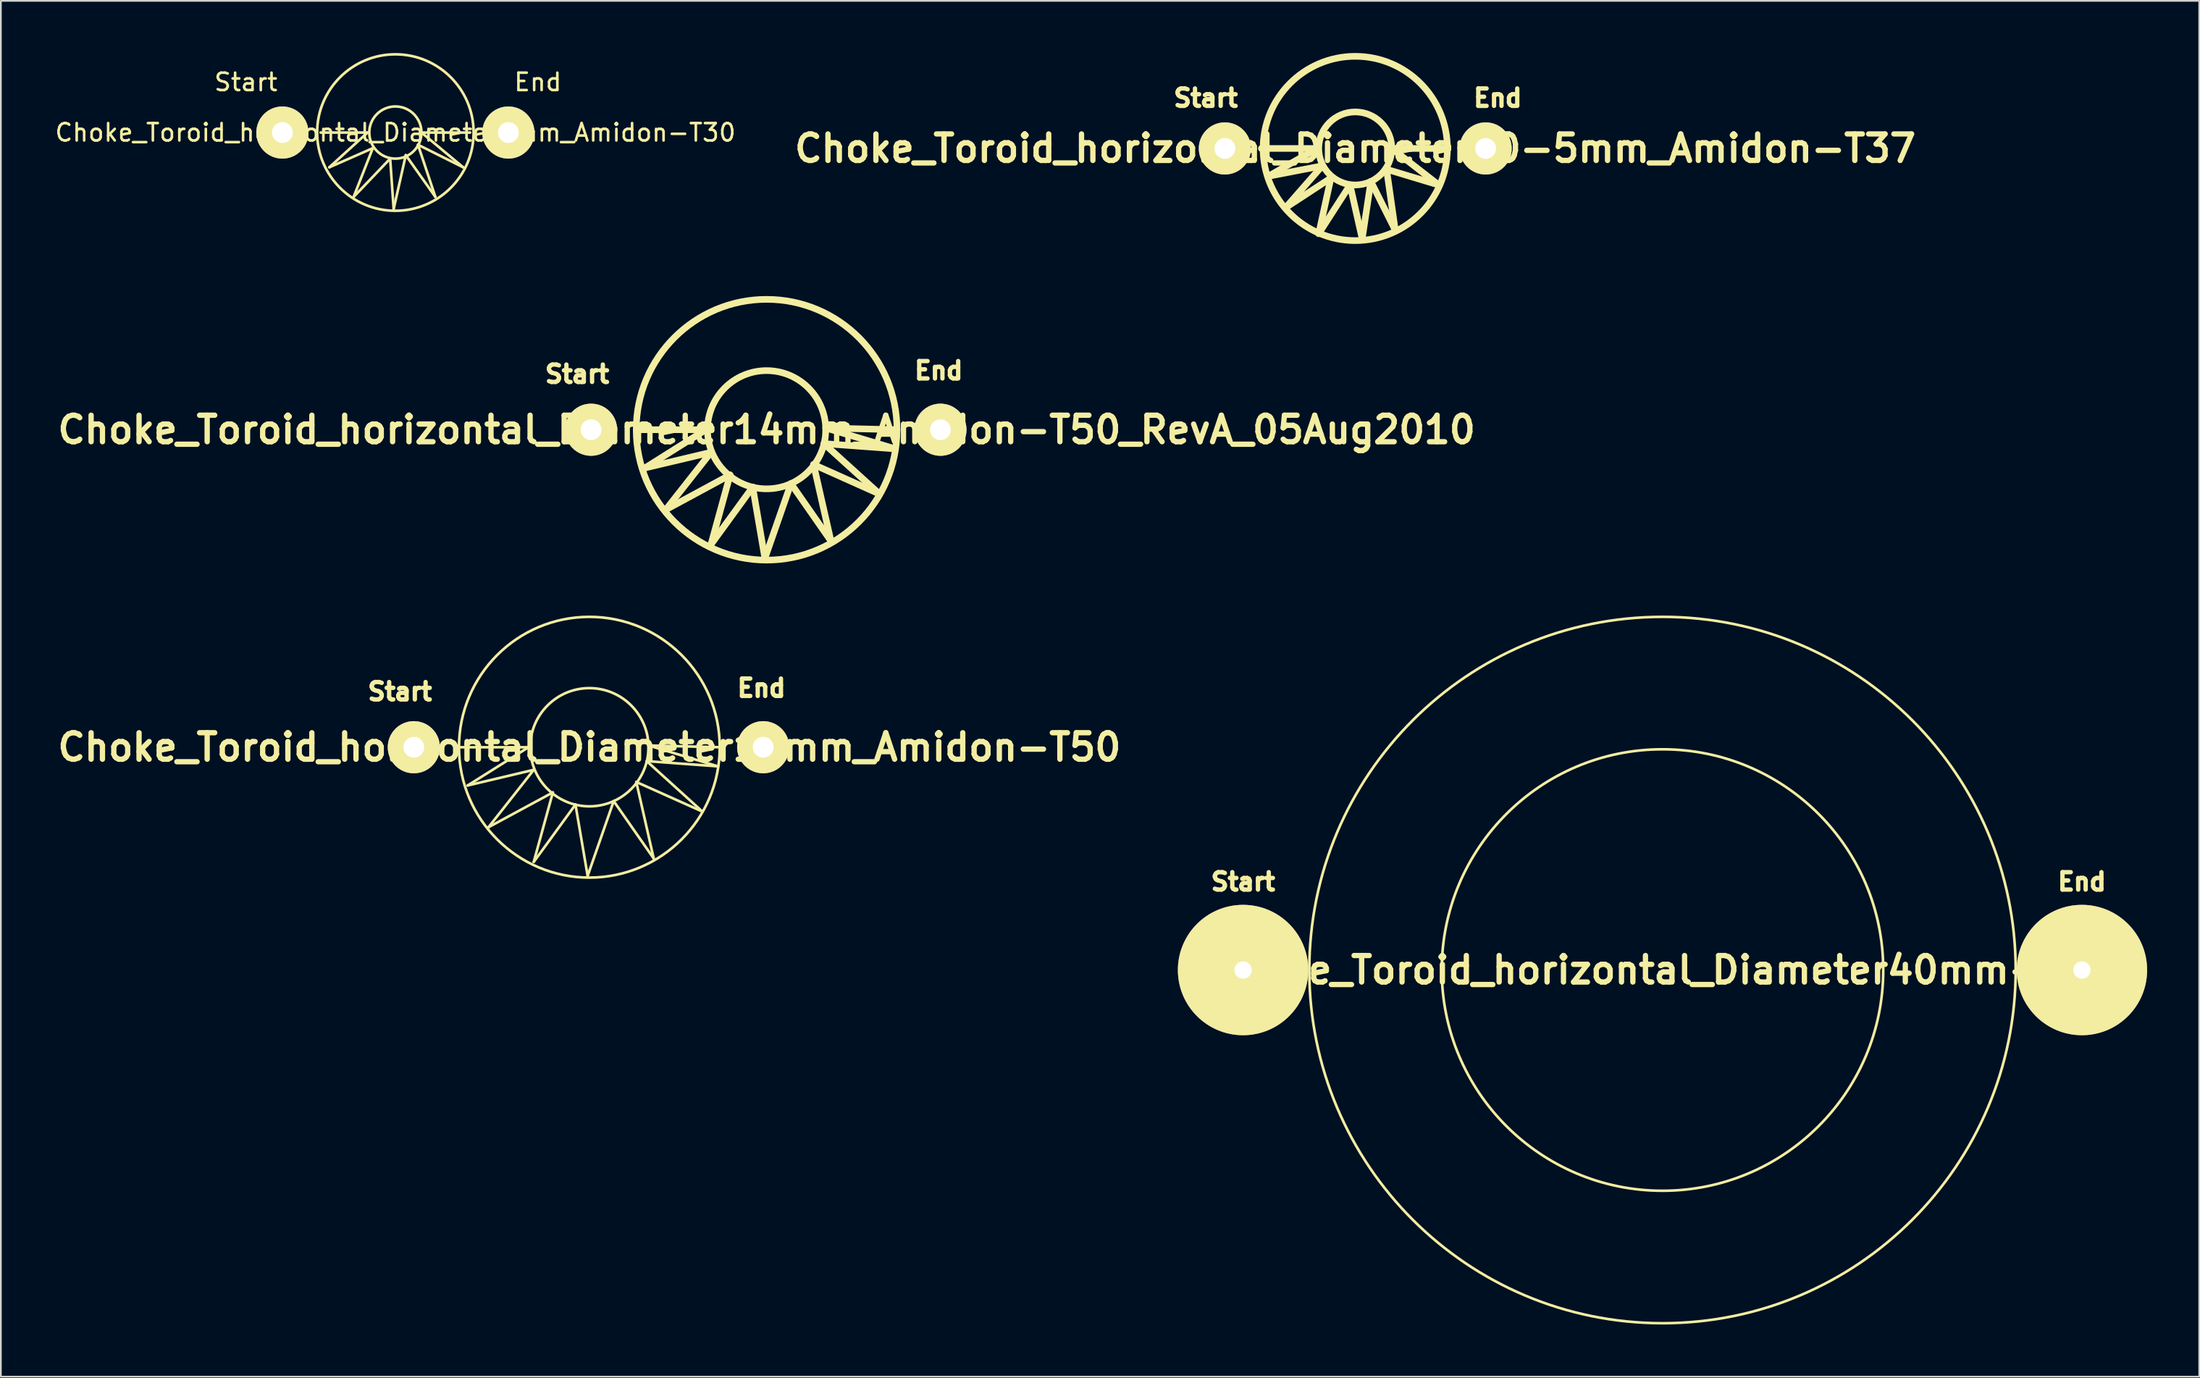
<source format=kicad_pcb>
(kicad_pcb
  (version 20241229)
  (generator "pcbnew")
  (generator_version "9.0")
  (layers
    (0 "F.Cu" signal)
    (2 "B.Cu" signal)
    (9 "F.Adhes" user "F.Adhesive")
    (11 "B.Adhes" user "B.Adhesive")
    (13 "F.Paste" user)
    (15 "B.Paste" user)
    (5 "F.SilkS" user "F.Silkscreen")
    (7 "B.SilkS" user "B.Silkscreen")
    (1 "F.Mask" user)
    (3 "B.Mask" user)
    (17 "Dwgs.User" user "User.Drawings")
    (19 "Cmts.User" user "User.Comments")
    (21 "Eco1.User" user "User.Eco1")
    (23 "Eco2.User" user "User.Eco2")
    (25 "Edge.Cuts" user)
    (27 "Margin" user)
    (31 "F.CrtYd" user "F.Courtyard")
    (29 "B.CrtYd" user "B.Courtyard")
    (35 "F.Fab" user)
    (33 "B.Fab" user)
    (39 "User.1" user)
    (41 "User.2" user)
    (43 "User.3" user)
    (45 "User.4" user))
  (footprint "Choke_Toroid_horizontal_Diameter10-5mm_Amidon-T37"
    (layer "F.Cu")
    (at 74.919 5.491)
    (property "Reference" "Choke_Toroid_horizontal_Diameter10-5mm_Amidon-T37" (at 0 0 0) (layer "F.SilkS") (effects (font (size 1.524 1.524) (thickness 0.305))))
    (attr through_hole)
    (fp_line (start -5.4 0) (end -2.2 0) (stroke (width 0.381) (type solid)) (layer "F.SilkS"))
    (fp_line (start -5.001 1.6) (end -1.9 1.001) (stroke (width 0.381) (type solid)) (layer "F.SilkS"))
    (fp_line (start -4 3.401) (end -1.4 1.699) (stroke (width 0.381) (type solid)) (layer "F.SilkS"))
    (fp_line (start -2.2 0) (end -5.001 1.6) (stroke (width 0.381) (type solid)) (layer "F.SilkS"))
    (fp_line (start -2.101 4.9) (end -0.3 2.101) (stroke (width 0.381) (type solid)) (layer "F.SilkS"))
    (fp_line (start -1.9 1.001) (end -4 3.401) (stroke (width 0.381) (type solid)) (layer "F.SilkS"))
    (fp_line (start -1.4 1.699) (end -2.101 4.9) (stroke (width 0.381) (type solid)) (layer "F.SilkS"))
    (fp_line (start -0.3 2.101) (end 0.399 5.199) (stroke (width 0.381) (type solid)) (layer "F.SilkS"))
    (fp_line (start 0.399 5.199) (end 0.899 1.9) (stroke (width 0.381) (type solid)) (layer "F.SilkS"))
    (fp_line (start 0.899 1.9) (end 2.301 4.699) (stroke (width 0.381) (type solid)) (layer "F.SilkS"))
    (fp_line (start 1.801 1.199) (end 4.801 2.101) (stroke (width 0.381) (type solid)) (layer "F.SilkS"))
    (fp_line (start 2.101 0) (end 5.301 0) (stroke (width 0.381) (type solid)) (layer "F.SilkS"))
    (fp_line (start 2.301 4.699) (end 1.801 1.199) (stroke (width 0.381) (type solid)) (layer "F.SilkS"))
    (fp_line (start 4.801 2.101) (end 2.101 0) (stroke (width 0.381) (type solid)) (layer "F.SilkS"))
    (fp_circle (center 0 0) (end 2.101 0) (stroke (width 0.381) (type solid)) (fill no) (layer "F.SilkS"))
    (fp_circle (center 0 0) (end 5.301 0) (stroke (width 0.381) (type solid)) (fill no) (layer "F.SilkS"))
    (fp_text user "Start" (at -8.6 -2.901 0) (layer "F.SilkS") (effects (font (size 1.001 1.001) (thickness 0.251))))
    (fp_text user "End" (at 8.199 -2.901 0) (layer "F.SilkS") (effects (font (size 1.001 1.001) (thickness 0.251))))
    (pad "1" thru_hole circle (at -7.501 0) (size 3 3) (drill 1.199) (layers "*.Cu" "*.Mask" "F.SilkS"))
    (pad "2" thru_hole circle (at 7.501 0) (size 3 3) (drill 1.199) (layers "*.Cu" "*.Mask" "F.SilkS")))
  (footprint "Choke_Toroid_horizontal_Diameter14mm_Amidon-T50_RevA_05Aug2010"
    (layer "F.Cu")
    (at 41.054 21.674)
    (property "Reference" "Choke_Toroid_horizontal_Diameter14mm_Amidon-T50_RevA_05Aug2010" (at 0 0 0) (layer "F.SilkS") (effects (font (size 1.524 1.524) (thickness 0.305))))
    (attr through_hole)
    (fp_line (start -7.501 0) (end -3.5 0) (stroke (width 0.381) (type solid)) (layer "F.SilkS"))
    (fp_line (start -7 2.2) (end -3.2 1.3) (stroke (width 0.381) (type solid)) (layer "F.SilkS"))
    (fp_line (start -5.799 4.6) (end -2.101 2.601) (stroke (width 0.381) (type solid)) (layer "F.SilkS"))
    (fp_line (start -3.5 0) (end -7 2.2) (stroke (width 0.381) (type solid)) (layer "F.SilkS"))
    (fp_line (start -3.2 1.3) (end -5.799 4.6) (stroke (width 0.381) (type solid)) (layer "F.SilkS"))
    (fp_line (start -3.2 6.599) (end -0.8 3.299) (stroke (width 0.381) (type solid)) (layer "F.SilkS"))
    (fp_line (start -2.101 2.601) (end -3.2 6.599) (stroke (width 0.381) (type solid)) (layer "F.SilkS"))
    (fp_line (start -0.8 3.299) (end -0.099 7.399) (stroke (width 0.381) (type solid)) (layer "F.SilkS"))
    (fp_line (start -0.099 7.399) (end 1.4 3.099) (stroke (width 0.381) (type solid)) (layer "F.SilkS"))
    (fp_line (start 1.4 3.099) (end 3.701 6.401) (stroke (width 0.381) (type solid)) (layer "F.SilkS"))
    (fp_line (start 2.7 1.999) (end 6.5 3.701) (stroke (width 0.381) (type solid)) (layer "F.SilkS"))
    (fp_line (start 3.299 0.8) (end 7.399 1.1) (stroke (width 0.381) (type solid)) (layer "F.SilkS"))
    (fp_line (start 3.401 -0.099) (end 7.501 0) (stroke (width 0.381) (type solid)) (layer "F.SilkS"))
    (fp_line (start 3.701 6.401) (end 2.7 1.999) (stroke (width 0.381) (type solid)) (layer "F.SilkS"))
    (fp_line (start 6.5 3.701) (end 3.299 0.8) (stroke (width 0.381) (type solid)) (layer "F.SilkS"))
    (fp_line (start 7.399 1.1) (end 3.401 -0.099) (stroke (width 0.381) (type solid)) (layer "F.SilkS"))
    (fp_circle (center 0 0) (end 3.401 0) (stroke (width 0.381) (type solid)) (fill no) (layer "F.SilkS"))
    (fp_circle (center 0 0) (end 7.501 0) (stroke (width 0.381) (type solid)) (fill no) (layer "F.SilkS"))
    (fp_text user "End" (at 9.901 -3.401 0) (layer "F.SilkS") (effects (font (size 1.001 1.001) (thickness 0.251))))
    (fp_text user "Start" (at -10.899 -3.2 0) (layer "F.SilkS") (effects (font (size 1.001 1.001) (thickness 0.251))))
    (pad "1" thru_hole circle (at -10.099 0) (size 3 3) (drill 1.199) (layers "*.Cu" "*.Mask" "F.SilkS"))
    (pad "2" thru_hole circle (at 10 0) (size 3 3) (drill 1.199) (layers "*.Cu" "*.Mask" "F.SilkS")))
  (footprint "Choke_Toroid_horizontal_Diameter40mm-T15"
    (layer "F.Cu")
    (at 92.595 52.76)
    (property "Reference" "Choke_Toroid_horizontal_Diameter40mm-T15" (at 0 0 0) (layer "F.SilkS") (effects (font (size 1.524 1.524) (thickness 0.305))))
    (attr through_hole)
    (fp_circle (center 0 0) (end -20.32 0) (stroke (width 0.15) (type solid)) (fill no) (layer "F.SilkS"))
    (fp_circle (center 0 0) (end -12.7 0) (stroke (width 0.15) (type solid)) (fill no) (layer "F.SilkS"))
    (fp_text user "Start" (at -24.13 -5.08 0) (layer "F.SilkS") (effects (font (size 1.001 1.001) (thickness 0.251))))
    (fp_text user "End" (at 24.13 -5.08 0) (layer "F.SilkS") (effects (font (size 1.001 1.001) (thickness 0.251))))
    (pad "1" thru_hole circle (at -24.13 0) (size 7.5 7.5) (drill 1) (layers "*.Cu" "*.Mask" "F.SilkS"))
    (pad "2" thru_hole circle (at 24.13 0) (size 7.5 7.5) (drill 1) (layers "*.Cu" "*.Mask" "F.SilkS")))
  (footprint "Choke_Toroid_horizontal_Diameter14mm_Amidon-T50"
    (layer "F.Cu")
    (at 30.857 39.941)
    (property "Reference" "Choke_Toroid_horizontal_Diameter14mm_Amidon-T50" (at 0 0 0) (layer "F.SilkS") (effects (font (size 1.524 1.524) (thickness 0.305))))
    (attr through_hole)
    (fp_line (start -7.501 0) (end -3.5 0) (stroke (width 0.15) (type solid)) (layer "F.SilkS"))
    (fp_line (start -7 2.2) (end -3.2 1.3) (stroke (width 0.15) (type solid)) (layer "F.SilkS"))
    (fp_line (start -5.799 4.6) (end -2.101 2.601) (stroke (width 0.15) (type solid)) (layer "F.SilkS"))
    (fp_line (start -3.5 0) (end -7 2.2) (stroke (width 0.15) (type solid)) (layer "F.SilkS"))
    (fp_line (start -3.2 1.3) (end -5.799 4.6) (stroke (width 0.15) (type solid)) (layer "F.SilkS"))
    (fp_line (start -3.2 6.599) (end -0.8 3.299) (stroke (width 0.15) (type solid)) (layer "F.SilkS"))
    (fp_line (start -2.101 2.601) (end -3.2 6.599) (stroke (width 0.15) (type solid)) (layer "F.SilkS"))
    (fp_line (start -0.8 3.299) (end -0.099 7.399) (stroke (width 0.15) (type solid)) (layer "F.SilkS"))
    (fp_line (start -0.099 7.399) (end 1.4 3.099) (stroke (width 0.15) (type solid)) (layer "F.SilkS"))
    (fp_line (start 1.4 3.099) (end 3.701 6.401) (stroke (width 0.15) (type solid)) (layer "F.SilkS"))
    (fp_line (start 2.7 1.999) (end 6.5 3.701) (stroke (width 0.15) (type solid)) (layer "F.SilkS"))
    (fp_line (start 3.299 0.8) (end 7.399 1.1) (stroke (width 0.15) (type solid)) (layer "F.SilkS"))
    (fp_line (start 3.401 -0.099) (end 7.501 0) (stroke (width 0.15) (type solid)) (layer "F.SilkS"))
    (fp_line (start 3.701 6.401) (end 2.7 1.999) (stroke (width 0.15) (type solid)) (layer "F.SilkS"))
    (fp_line (start 6.5 3.701) (end 3.299 0.8) (stroke (width 0.15) (type solid)) (layer "F.SilkS"))
    (fp_line (start 7.399 1.1) (end 3.401 -0.099) (stroke (width 0.15) (type solid)) (layer "F.SilkS"))
    (fp_circle (center 0 0) (end 3.401 0) (stroke (width 0.15) (type solid)) (fill no) (layer "F.SilkS"))
    (fp_circle (center 0 0) (end 7.501 0) (stroke (width 0.15) (type solid)) (fill no) (layer "F.SilkS"))
    (fp_text user "End" (at 9.901 -3.401 0) (layer "F.SilkS") (effects (font (size 1.001 1.001) (thickness 0.251))))
    (fp_text user "Start" (at -10.899 -3.2 0) (layer "F.SilkS") (effects (font (size 1.001 1.001) (thickness 0.251))))
    (pad "1" thru_hole circle (at -10.099 0) (size 3 3) (drill 1.199) (layers "*.Cu" "*.Mask" "F.SilkS"))
    (pad "2" thru_hole circle (at 10 0) (size 3 3) (drill 1.199) (layers "*.Cu" "*.Mask" "F.SilkS")))
  (footprint "Choke_Toroid_horizontal_Diameter9mm_Amidon-T30"
    (layer "F.Cu")
    (at 19.696 4.576)
    (property "Reference" "Choke_Toroid_horizontal_Diameter9mm_Amidon-T30" (at 0 0 0) (layer "F.SilkS") (effects (font (size 1 1) (thickness 0.15))))
    (attr through_hole)
    (fp_line (start -4.3 0) (end -1.6 0) (stroke (width 0.15) (type solid)) (layer "F.SilkS"))
    (fp_line (start -3.8 1.999) (end -1.3 0.899) (stroke (width 0.15) (type solid)) (layer "F.SilkS"))
    (fp_line (start -2.4 3.701) (end -0.3 1.501) (stroke (width 0.15) (type solid)) (layer "F.SilkS"))
    (fp_line (start -1.6 0) (end -3.8 1.999) (stroke (width 0.15) (type solid)) (layer "F.SilkS"))
    (fp_line (start -1.3 0.899) (end -2.4 3.701) (stroke (width 0.15) (type solid)) (layer "F.SilkS"))
    (fp_line (start -0.3 1.501) (end -0.099 4.399) (stroke (width 0.15) (type solid)) (layer "F.SilkS"))
    (fp_line (start -0.099 4.399) (end 0.599 1.3) (stroke (width 0.15) (type solid)) (layer "F.SilkS"))
    (fp_line (start 0.599 1.3) (end 2.301 3.701) (stroke (width 0.15) (type solid)) (layer "F.SilkS"))
    (fp_line (start 1.3 0.701) (end 3.899 1.999) (stroke (width 0.15) (type solid)) (layer "F.SilkS"))
    (fp_line (start 1.501 0) (end 4.3 0) (stroke (width 0.15) (type solid)) (layer "F.SilkS"))
    (fp_line (start 2.301 3.701) (end 1.3 0.701) (stroke (width 0.15) (type solid)) (layer "F.SilkS"))
    (fp_line (start 3.899 1.999) (end 1.501 0) (stroke (width 0.15) (type solid)) (layer "F.SilkS"))
    (fp_circle (center 0 0) (end 1.501 0) (stroke (width 0.15) (type solid)) (fill no) (layer "F.SilkS"))
    (fp_circle (center 0 0) (end 4.501 0) (stroke (width 0.15) (type solid)) (fill no) (layer "F.SilkS"))
    (fp_text user "End" (at 8.199 -2.901 0) (layer "F.SilkS") (effects (font (size 1 1) (thickness 0.15))))
    (fp_text user "Start" (at -8.6 -2.901 0) (layer "F.SilkS") (effects (font (size 1 1) (thickness 0.15))))
    (pad "1" thru_hole circle (at -6.5 0) (size 3 3) (drill 1.199) (layers "*.Cu" "*.Mask" "F.SilkS"))
    (pad "2" thru_hole circle (at 6.5 0) (size 3 3) (drill 1.199) (layers "*.Cu" "*.Mask" "F.SilkS")))
  (gr_rect
    (start -3 -3)
    (end 123.475 76.155)
    (stroke (width 0.1) (type default))
    (fill no)
    (layer "Edge.Cuts")))
</source>
